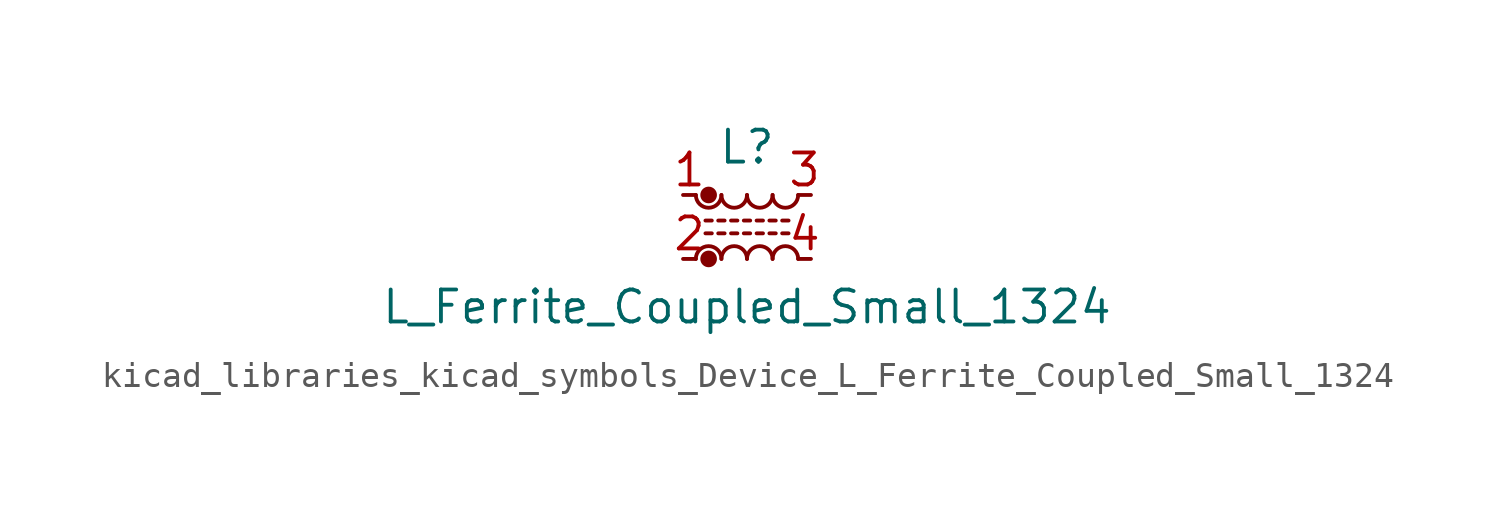
<source format=kicad_sym>
(kicad_symbol_lib
  (version 20220914)
  (generator kicad_symbol_editor)
  (symbol "kicad_libraries_kicad_symbols_Device_L_Ferrite_Coupled_Small_1324"
    (pin_names
      (offset 0.254) hide)
    (property "Reference" "L"
      (at 0 3.175 0)
      (effects (font (size 1.27 1.27))))
    (property "Value" "L_Ferrite_Coupled_Small_1324"
      (at 0 -3.175 0)
      (effects (font (size 1.27 1.27))))
    (symbol "kicad_libraries_kicad_symbols_Device_L_Ferrite_Coupled_Small_1324_0_1"
      (arc (start -2.032 1.27) (mid -1.524 0.7642) (end -1.016 1.27) (stroke (width 0) (type default)) (fill (type none)))
      (circle (center -1.524 -1.27) (radius 0.254) (stroke (width 0) (type default)) (fill (type outline)))
      (circle (center -1.524 1.27) (radius 0.254) (stroke (width 0) (type default)) (fill (type outline)))
      (arc (start -1.016 -1.27) (mid -1.524 -0.7642) (end -2.032 -1.27) (stroke (width 0) (type default)) (fill (type none)))
      (arc (start -1.016 1.27) (mid -0.508 0.7642) (end 0 1.27) (stroke (width 0) (type default)) (fill (type none)))
      (arc (start 0 -1.27) (mid -0.508 -0.7642) (end -1.016 -1.27) (stroke (width 0) (type default)) (fill (type none)))
      (polyline (pts (xy -1.651 0.254) (xy -1.397 0.254)) (stroke (width 0) (type default)) (fill (type none)))
      (polyline (pts (xy -1.397 -0.254) (xy -1.651 -0.254)) (stroke (width 0) (type default)) (fill (type none)))
      (polyline (pts (xy -1.143 0.254) (xy -0.889 0.254)) (stroke (width 0) (type default)) (fill (type none)))
      (polyline (pts (xy -0.889 -0.254) (xy -1.143 -0.254)) (stroke (width 0) (type default)) (fill (type none)))
      (polyline (pts (xy -0.635 0.254) (xy -0.381 0.254)) (stroke (width 0) (type default)) (fill (type none)))
      (polyline (pts (xy -0.381 -0.254) (xy -0.635 -0.254)) (stroke (width 0) (type default)) (fill (type none)))
      (polyline (pts (xy -0.127 0.254) (xy 0.127 0.254)) (stroke (width 0) (type default)) (fill (type none)))
      (polyline (pts (xy 0.127 -0.254) (xy -0.127 -0.254)) (stroke (width 0) (type default)) (fill (type none)))
      (polyline (pts (xy 0.381 0.254) (xy 0.635 0.254)) (stroke (width 0) (type default)) (fill (type none)))
      (polyline (pts (xy 0.635 -0.254) (xy 0.381 -0.254)) (stroke (width 0) (type default)) (fill (type none)))
      (polyline (pts (xy 0.889 0.254) (xy 1.143 0.254)) (stroke (width 0) (type default)) (fill (type none)))
      (polyline (pts (xy 1.143 -0.254) (xy 0.889 -0.254)) (stroke (width 0) (type default)) (fill (type none)))
      (polyline (pts (xy 1.397 0.254) (xy 1.651 0.254)) (stroke (width 0) (type default)) (fill (type none)))
      (polyline (pts (xy 1.651 -0.254) (xy 1.397 -0.254)) (stroke (width 0) (type default)) (fill (type none)))
      (arc (start 0 1.27) (mid 0.508 0.7642) (end 1.016 1.27) (stroke (width 0) (type default)) (fill (type none)))
      (arc (start 1.016 -1.27) (mid 0.508 -0.7642) (end 0 -1.27) (stroke (width 0) (type default)) (fill (type none)))
      (arc (start 1.016 1.27) (mid 1.524 0.7642) (end 2.032 1.27) (stroke (width 0) (type default)) (fill (type none)))
      (arc (start 2.032 -1.27) (mid 1.524 -0.7642) (end 1.016 -1.27) (stroke (width 0) (type default)) (fill (type none))))
    (symbol "kicad_libraries_kicad_symbols_Device_L_Ferrite_Coupled_Small_1324_1_1"
      (pin passive line (at -2.54 1.27 0) (length 0.508) (name "1" (effects (font (size 1.27 1.27)))) (number "1" (effects (font (size 1.27 1.27)))))
      (pin passive line (at -2.54 -1.27 0) (length 0.508) (name "2" (effects (font (size 1.27 1.27)))) (number "2" (effects (font (size 1.27 1.27)))))
      (pin passive line (at 2.54 1.27 180) (length 0.508) (name "3" (effects (font (size 1.27 1.27)))) (number "3" (effects (font (size 1.27 1.27)))))
      (pin passive line (at 2.54 -1.27 180) (length 0.508) (name "4" (effects (font (size 1.27 1.27)))) (number "4" (effects (font (size 1.27 1.27))))))))
</source>
